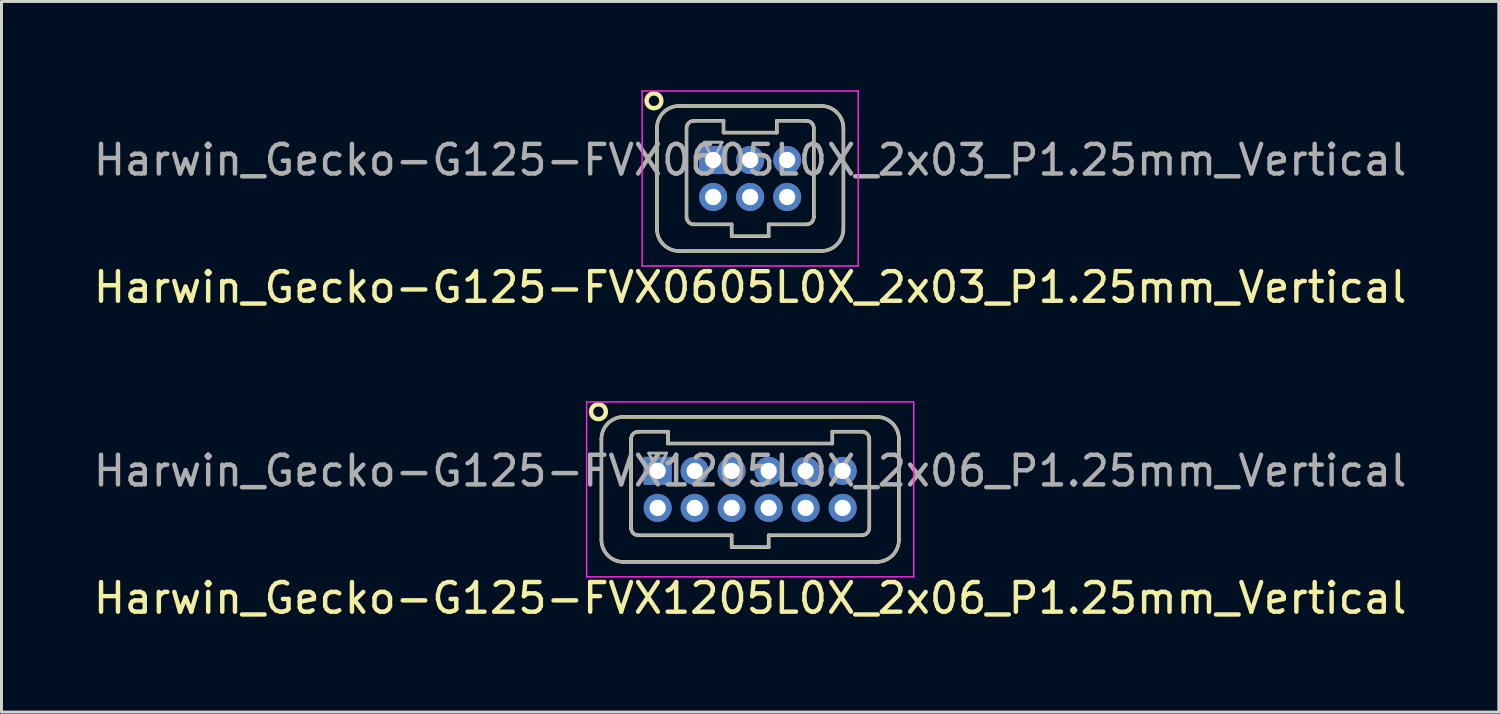
<source format=kicad_pcb>
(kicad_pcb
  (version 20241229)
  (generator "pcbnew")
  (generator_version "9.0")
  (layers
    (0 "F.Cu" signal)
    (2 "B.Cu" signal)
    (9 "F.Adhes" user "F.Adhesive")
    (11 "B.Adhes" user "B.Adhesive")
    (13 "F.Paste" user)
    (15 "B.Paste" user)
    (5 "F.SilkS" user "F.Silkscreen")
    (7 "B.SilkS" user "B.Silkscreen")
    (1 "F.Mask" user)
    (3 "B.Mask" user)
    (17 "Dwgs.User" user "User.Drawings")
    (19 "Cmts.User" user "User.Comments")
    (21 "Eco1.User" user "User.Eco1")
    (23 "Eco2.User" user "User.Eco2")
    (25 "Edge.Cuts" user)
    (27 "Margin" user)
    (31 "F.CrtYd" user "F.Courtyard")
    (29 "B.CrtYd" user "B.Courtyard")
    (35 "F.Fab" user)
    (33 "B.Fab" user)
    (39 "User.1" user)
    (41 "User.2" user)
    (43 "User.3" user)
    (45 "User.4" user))
  (footprint "Harwin_Gecko-G125-FVX1205L0X_2x06_P1.25mm_Vertical"
    (layer "F.Cu")
    (at 19.167 12.858)
    (property "Reference" "Harwin_Gecko-G125-FVX1205L0X_2x06_P1.25mm_Vertical" (at 3.125 4.3 0) (layer "F.SilkS") (effects (font (size 1 1) (thickness 0.15))))
    (attr through_hole)
    (fp_line (start -1.9 -1.075) (end -1.9 2.325) (stroke (width 0.12) (type solid)) (layer "F.SilkS"))
    (fp_line (start -1.15 -1.825) (end 7.4 -1.825) (stroke (width 0.12) (type solid)) (layer "F.SilkS"))
    (fp_line (start -1.15 3.075) (end 7.4 3.075) (stroke (width 0.12) (type solid)) (layer "F.SilkS"))
    (fp_line (start -0.9 -1.075) (end -0.9 1.925) (stroke (width 0.12) (type solid)) (layer "F.SilkS"))
    (fp_line (start -0.65 -1.325) (end 0.35 -1.325) (stroke (width 0.12) (type solid)) (layer "F.SilkS"))
    (fp_line (start -0.65 2.175) (end 2.5 2.175) (stroke (width 0.12) (type solid)) (layer "F.SilkS"))
    (fp_line (start 0.35 -1.325) (end 0.35 -0.925) (stroke (width 0.12) (type solid)) (layer "F.SilkS"))
    (fp_line (start 0.35 -0.925) (end 5.9 -0.925) (stroke (width 0.12) (type solid)) (layer "F.SilkS"))
    (fp_line (start 2.5 2.175) (end 2.5 2.575) (stroke (width 0.12) (type solid)) (layer "F.SilkS"))
    (fp_line (start 2.5 2.575) (end 3.75 2.575) (stroke (width 0.12) (type solid)) (layer "F.SilkS"))
    (fp_line (start 3.75 2.175) (end 6.9 2.175) (stroke (width 0.12) (type solid)) (layer "F.SilkS"))
    (fp_line (start 3.75 2.575) (end 3.75 2.175) (stroke (width 0.12) (type solid)) (layer "F.SilkS"))
    (fp_line (start 5.9 -1.325) (end 6.9 -1.325) (stroke (width 0.12) (type solid)) (layer "F.SilkS"))
    (fp_line (start 5.9 -0.925) (end 5.9 -1.325) (stroke (width 0.12) (type solid)) (layer "F.SilkS"))
    (fp_line (start 7.15 -1.075) (end 7.15 1.925) (stroke (width 0.12) (type solid)) (layer "F.SilkS"))
    (fp_line (start 8.15 -1.075) (end 8.15 2.325) (stroke (width 0.12) (type solid)) (layer "F.SilkS"))
    (fp_arc (start -1.9 -1.075) (mid -1.68033 -1.60533) (end -1.15 -1.825) (stroke (width 0.12) (type solid)) (layer "F.SilkS"))
    (fp_arc (start -1.15 3.075) (mid -1.68033 2.85533) (end -1.9 2.325) (stroke (width 0.12) (type solid)) (layer "F.SilkS"))
    (fp_arc (start -0.9 -1.075) (mid -0.826777 -1.251777) (end -0.65 -1.325) (stroke (width 0.12) (type solid)) (layer "F.SilkS"))
    (fp_arc (start -0.65 2.175) (mid -0.826777 2.101777) (end -0.9 1.925) (stroke (width 0.12) (type solid)) (layer "F.SilkS"))
    (fp_arc (start 6.9 -1.325) (mid 7.076777 -1.251777) (end 7.15 -1.075) (stroke (width 0.12) (type solid)) (layer "F.SilkS"))
    (fp_arc (start 7.15 1.925) (mid 7.076777 2.101777) (end 6.9 2.175) (stroke (width 0.12) (type solid)) (layer "F.SilkS"))
    (fp_arc (start 7.4 -1.825) (mid 7.93033 -1.60533) (end 8.15 -1.075) (stroke (width 0.12) (type solid)) (layer "F.SilkS"))
    (fp_arc (start 8.15 2.325) (mid 7.93033 2.85533) (end 7.4 3.075) (stroke (width 0.12) (type solid)) (layer "F.SilkS"))
    (fp_circle (center -2 -2) (end -1.75 -2) (stroke (width 0.15) (type solid)) (fill no) (layer "F.SilkS"))
    (fp_line (start -2.4 -2.33) (end -2.4 3.58) (stroke (width 0.05) (type solid)) (layer "F.CrtYd"))
    (fp_line (start -2.4 3.58) (end 8.65 3.58) (stroke (width 0.05) (type solid)) (layer "F.CrtYd"))
    (fp_line (start 8.65 -2.33) (end -2.4 -2.33) (stroke (width 0.05) (type solid)) (layer "F.CrtYd"))
    (fp_line (start 8.65 3.58) (end 8.65 -2.33) (stroke (width 0.05) (type solid)) (layer "F.CrtYd"))
    (fp_line (start -1.9 -1.075) (end -1.9 2.325) (stroke (width 0.1) (type solid)) (layer "F.Fab"))
    (fp_line (start -1.15 -1.825) (end 7.4 -1.825) (stroke (width 0.1) (type solid)) (layer "F.Fab"))
    (fp_line (start -1.15 3.075) (end 7.4 3.075) (stroke (width 0.1) (type solid)) (layer "F.Fab"))
    (fp_line (start -0.9 -1.075) (end -0.9 1.925) (stroke (width 0.1) (type solid)) (layer "F.Fab"))
    (fp_line (start -0.65 -1.325) (end 0.35 -1.325) (stroke (width 0.1) (type solid)) (layer "F.Fab"))
    (fp_line (start -0.65 2.175) (end 2.5 2.175) (stroke (width 0.1) (type solid)) (layer "F.Fab"))
    (fp_line (start -0.3 -0.6) (end 0.3 -0.6) (stroke (width 0.1) (type solid)) (layer "F.Fab"))
    (fp_line (start 0 0) (end -0.3 -0.6) (stroke (width 0.1) (type solid)) (layer "F.Fab"))
    (fp_line (start 0.3 -0.6) (end 0 0) (stroke (width 0.1) (type solid)) (layer "F.Fab"))
    (fp_line (start 0.35 -1.325) (end 0.35 -0.925) (stroke (width 0.1) (type solid)) (layer "F.Fab"))
    (fp_line (start 0.35 -0.925) (end 5.9 -0.925) (stroke (width 0.1) (type solid)) (layer "F.Fab"))
    (fp_line (start 2.5 2.175) (end 2.5 2.575) (stroke (width 0.1) (type solid)) (layer "F.Fab"))
    (fp_line (start 2.5 2.575) (end 3.75 2.575) (stroke (width 0.1) (type solid)) (layer "F.Fab"))
    (fp_line (start 3.75 2.175) (end 6.9 2.175) (stroke (width 0.1) (type solid)) (layer "F.Fab"))
    (fp_line (start 3.75 2.575) (end 3.75 2.175) (stroke (width 0.1) (type solid)) (layer "F.Fab"))
    (fp_line (start 5.9 -1.325) (end 6.9 -1.325) (stroke (width 0.1) (type solid)) (layer "F.Fab"))
    (fp_line (start 5.9 -0.925) (end 5.9 -1.325) (stroke (width 0.1) (type solid)) (layer "F.Fab"))
    (fp_line (start 7.15 -1.075) (end 7.15 1.925) (stroke (width 0.1) (type solid)) (layer "F.Fab"))
    (fp_line (start 8.15 -1.075) (end 8.15 2.325) (stroke (width 0.1) (type solid)) (layer "F.Fab"))
    (fp_arc (start -1.9 -1.075) (mid -1.68033 -1.60533) (end -1.15 -1.825) (stroke (width 0.1) (type solid)) (layer "F.Fab"))
    (fp_arc (start -1.15 3.075) (mid -1.68033 2.85533) (end -1.9 2.325) (stroke (width 0.1) (type solid)) (layer "F.Fab"))
    (fp_arc (start -0.9 -1.075) (mid -0.826777 -1.251777) (end -0.65 -1.325) (stroke (width 0.1) (type solid)) (layer "F.Fab"))
    (fp_arc (start -0.65 2.175) (mid -0.826777 2.101777) (end -0.9 1.925) (stroke (width 0.1) (type solid)) (layer "F.Fab"))
    (fp_arc (start 6.9 -1.325) (mid 7.076777 -1.251777) (end 7.15 -1.075) (stroke (width 0.1) (type solid)) (layer "F.Fab"))
    (fp_arc (start 7.15 1.925) (mid 7.076777 2.101777) (end 6.9 2.175) (stroke (width 0.1) (type solid)) (layer "F.Fab"))
    (fp_arc (start 7.4 -1.825) (mid 7.93033 -1.60533) (end 8.15 -1.075) (stroke (width 0.1) (type solid)) (layer "F.Fab"))
    (fp_arc (start 8.15 2.325) (mid 7.93033 2.85533) (end 7.4 3.075) (stroke (width 0.1) (type solid)) (layer "F.Fab"))
    (fp_text user "${REFERENCE}" (at 3.125 0 0) (layer "F.Fab") (effects (font (size 1 1) (thickness 0.15))))
    (pad "1" thru_hole rect (at 0 0) (size 0.95 0.95) (drill 0.55) (layers "*.Cu" "*.Mask"))
    (pad "2" thru_hole circle (at 0 1.25) (size 0.95 0.95) (drill 0.55) (layers "*.Cu" "*.Mask"))
    (pad "3" thru_hole circle (at 1.25 0) (size 0.95 0.95) (drill 0.55) (layers "*.Cu" "*.Mask"))
    (pad "4" thru_hole circle (at 1.25 1.25) (size 0.95 0.95) (drill 0.55) (layers "*.Cu" "*.Mask"))
    (pad "5" thru_hole circle (at 2.5 0) (size 0.95 0.95) (drill 0.55) (layers "*.Cu" "*.Mask"))
    (pad "6" thru_hole circle (at 2.5 1.25) (size 0.95 0.95) (drill 0.55) (layers "*.Cu" "*.Mask"))
    (pad "7" thru_hole circle (at 3.75 0) (size 0.95 0.95) (drill 0.55) (layers "*.Cu" "*.Mask"))
    (pad "8" thru_hole circle (at 3.75 1.25) (size 0.95 0.95) (drill 0.55) (layers "*.Cu" "*.Mask"))
    (pad "9" thru_hole circle (at 5 0) (size 0.95 0.95) (drill 0.55) (layers "*.Cu" "*.Mask"))
    (pad "10" thru_hole circle (at 5 1.25) (size 0.95 0.95) (drill 0.55) (layers "*.Cu" "*.Mask"))
    (pad "11" thru_hole circle (at 6.25 0) (size 0.95 0.95) (drill 0.55) (layers "*.Cu" "*.Mask"))
    (pad "12" thru_hole circle (at 6.25 1.25) (size 0.95 0.95) (drill 0.55) (layers "*.Cu" "*.Mask")))
  (footprint "Harwin_Gecko-G125-FVX0605L0X_2x03_P1.25mm_Vertical"
    (layer "F.Cu")
    (at 21.042 2.355)
    (property "Reference" "Harwin_Gecko-G125-FVX0605L0X_2x03_P1.25mm_Vertical" (at 1.25 4.3 0) (layer "F.SilkS") (effects (font (size 1 1) (thickness 0.15))))
    (attr through_hole)
    (fp_line (start -1.9 -1.075) (end -1.9 2.325) (stroke (width 0.12) (type solid)) (layer "F.SilkS"))
    (fp_line (start -1.15 -1.825) (end 3.65 -1.825) (stroke (width 0.12) (type solid)) (layer "F.SilkS"))
    (fp_line (start -1.15 3.075) (end 3.65 3.075) (stroke (width 0.12) (type solid)) (layer "F.SilkS"))
    (fp_line (start -0.9 -1.075) (end -0.9 1.925) (stroke (width 0.12) (type solid)) (layer "F.SilkS"))
    (fp_line (start -0.65 -1.325) (end 0.35 -1.325) (stroke (width 0.12) (type solid)) (layer "F.SilkS"))
    (fp_line (start -0.65 2.175) (end 0.625 2.175) (stroke (width 0.12) (type solid)) (layer "F.SilkS"))
    (fp_line (start 0.35 -1.325) (end 0.35 -0.925) (stroke (width 0.12) (type solid)) (layer "F.SilkS"))
    (fp_line (start 0.35 -0.925) (end 2.15 -0.925) (stroke (width 0.12) (type solid)) (layer "F.SilkS"))
    (fp_line (start 0.625 2.175) (end 0.625 2.575) (stroke (width 0.12) (type solid)) (layer "F.SilkS"))
    (fp_line (start 0.625 2.575) (end 1.875 2.575) (stroke (width 0.12) (type solid)) (layer "F.SilkS"))
    (fp_line (start 1.875 2.175) (end 3.15 2.175) (stroke (width 0.12) (type solid)) (layer "F.SilkS"))
    (fp_line (start 1.875 2.575) (end 1.875 2.175) (stroke (width 0.12) (type solid)) (layer "F.SilkS"))
    (fp_line (start 2.15 -1.325) (end 3.15 -1.325) (stroke (width 0.12) (type solid)) (layer "F.SilkS"))
    (fp_line (start 2.15 -0.925) (end 2.15 -1.325) (stroke (width 0.12) (type solid)) (layer "F.SilkS"))
    (fp_line (start 3.4 -1.075) (end 3.4 1.925) (stroke (width 0.12) (type solid)) (layer "F.SilkS"))
    (fp_line (start 4.4 -1.075) (end 4.4 2.325) (stroke (width 0.12) (type solid)) (layer "F.SilkS"))
    (fp_arc (start -1.9 -1.075) (mid -1.68033 -1.60533) (end -1.15 -1.825) (stroke (width 0.12) (type solid)) (layer "F.SilkS"))
    (fp_arc (start -1.15 3.075) (mid -1.68033 2.85533) (end -1.9 2.325) (stroke (width 0.12) (type solid)) (layer "F.SilkS"))
    (fp_arc (start -0.9 -1.075) (mid -0.826777 -1.251777) (end -0.65 -1.325) (stroke (width 0.12) (type solid)) (layer "F.SilkS"))
    (fp_arc (start -0.65 2.175) (mid -0.826777 2.101777) (end -0.9 1.925) (stroke (width 0.12) (type solid)) (layer "F.SilkS"))
    (fp_arc (start 3.15 -1.325) (mid 3.326777 -1.251777) (end 3.4 -1.075) (stroke (width 0.12) (type solid)) (layer "F.SilkS"))
    (fp_arc (start 3.4 1.925) (mid 3.326777 2.101777) (end 3.15 2.175) (stroke (width 0.12) (type solid)) (layer "F.SilkS"))
    (fp_arc (start 3.65 -1.825) (mid 4.18033 -1.60533) (end 4.4 -1.075) (stroke (width 0.12) (type solid)) (layer "F.SilkS"))
    (fp_arc (start 4.4 2.325) (mid 4.18033 2.85533) (end 3.65 3.075) (stroke (width 0.12) (type solid)) (layer "F.SilkS"))
    (fp_circle (center -2 -2) (end -1.75 -2) (stroke (width 0.15) (type solid)) (fill no) (layer "F.SilkS"))
    (fp_line (start -2.4 -2.33) (end -2.4 3.58) (stroke (width 0.05) (type solid)) (layer "F.CrtYd"))
    (fp_line (start -2.4 3.58) (end 4.9 3.58) (stroke (width 0.05) (type solid)) (layer "F.CrtYd"))
    (fp_line (start 4.9 -2.33) (end -2.4 -2.33) (stroke (width 0.05) (type solid)) (layer "F.CrtYd"))
    (fp_line (start 4.9 3.58) (end 4.9 -2.33) (stroke (width 0.05) (type solid)) (layer "F.CrtYd"))
    (fp_line (start -1.9 -1.075) (end -1.9 2.325) (stroke (width 0.1) (type solid)) (layer "F.Fab"))
    (fp_line (start -1.15 -1.825) (end 3.65 -1.825) (stroke (width 0.1) (type solid)) (layer "F.Fab"))
    (fp_line (start -1.15 3.075) (end 3.65 3.075) (stroke (width 0.1) (type solid)) (layer "F.Fab"))
    (fp_line (start -0.9 -1.075) (end -0.9 1.925) (stroke (width 0.1) (type solid)) (layer "F.Fab"))
    (fp_line (start -0.65 -1.325) (end 0.35 -1.325) (stroke (width 0.1) (type solid)) (layer "F.Fab"))
    (fp_line (start -0.65 2.175) (end 0.625 2.175) (stroke (width 0.1) (type solid)) (layer "F.Fab"))
    (fp_line (start -0.3 -0.6) (end 0.3 -0.6) (stroke (width 0.1) (type solid)) (layer "F.Fab"))
    (fp_line (start 0 0) (end -0.3 -0.6) (stroke (width 0.1) (type solid)) (layer "F.Fab"))
    (fp_line (start 0.3 -0.6) (end 0 0) (stroke (width 0.1) (type solid)) (layer "F.Fab"))
    (fp_line (start 0.35 -1.325) (end 0.35 -0.925) (stroke (width 0.1) (type solid)) (layer "F.Fab"))
    (fp_line (start 0.35 -0.925) (end 2.15 -0.925) (stroke (width 0.1) (type solid)) (layer "F.Fab"))
    (fp_line (start 0.625 2.175) (end 0.625 2.575) (stroke (width 0.1) (type solid)) (layer "F.Fab"))
    (fp_line (start 0.625 2.575) (end 1.875 2.575) (stroke (width 0.1) (type solid)) (layer "F.Fab"))
    (fp_line (start 1.875 2.175) (end 3.15 2.175) (stroke (width 0.1) (type solid)) (layer "F.Fab"))
    (fp_line (start 1.875 2.575) (end 1.875 2.175) (stroke (width 0.1) (type solid)) (layer "F.Fab"))
    (fp_line (start 2.15 -1.325) (end 3.15 -1.325) (stroke (width 0.1) (type solid)) (layer "F.Fab"))
    (fp_line (start 2.15 -0.925) (end 2.15 -1.325) (stroke (width 0.1) (type solid)) (layer "F.Fab"))
    (fp_line (start 3.4 -1.075) (end 3.4 1.925) (stroke (width 0.1) (type solid)) (layer "F.Fab"))
    (fp_line (start 4.4 -1.075) (end 4.4 2.325) (stroke (width 0.1) (type solid)) (layer "F.Fab"))
    (fp_arc (start -1.9 -1.075) (mid -1.68033 -1.60533) (end -1.15 -1.825) (stroke (width 0.1) (type solid)) (layer "F.Fab"))
    (fp_arc (start -1.15 3.075) (mid -1.68033 2.85533) (end -1.9 2.325) (stroke (width 0.1) (type solid)) (layer "F.Fab"))
    (fp_arc (start -0.9 -1.075) (mid -0.826777 -1.251777) (end -0.65 -1.325) (stroke (width 0.1) (type solid)) (layer "F.Fab"))
    (fp_arc (start -0.65 2.175) (mid -0.826777 2.101777) (end -0.9 1.925) (stroke (width 0.1) (type solid)) (layer "F.Fab"))
    (fp_arc (start 3.15 -1.325) (mid 3.326777 -1.251777) (end 3.4 -1.075) (stroke (width 0.1) (type solid)) (layer "F.Fab"))
    (fp_arc (start 3.4 1.925) (mid 3.326777 2.101777) (end 3.15 2.175) (stroke (width 0.1) (type solid)) (layer "F.Fab"))
    (fp_arc (start 3.65 -1.825) (mid 4.18033 -1.60533) (end 4.4 -1.075) (stroke (width 0.1) (type solid)) (layer "F.Fab"))
    (fp_arc (start 4.4 2.325) (mid 4.18033 2.85533) (end 3.65 3.075) (stroke (width 0.1) (type solid)) (layer "F.Fab"))
    (fp_text user "${REFERENCE}" (at 1.25 0 0) (layer "F.Fab") (effects (font (size 1 1) (thickness 0.15))))
    (pad "1" thru_hole rect (at 0 0) (size 0.95 0.95) (drill 0.55) (layers "*.Cu" "*.Mask"))
    (pad "2" thru_hole circle (at 0 1.25) (size 0.95 0.95) (drill 0.55) (layers "*.Cu" "*.Mask"))
    (pad "3" thru_hole circle (at 1.25 0) (size 0.95 0.95) (drill 0.55) (layers "*.Cu" "*.Mask"))
    (pad "4" thru_hole circle (at 1.25 1.25) (size 0.95 0.95) (drill 0.55) (layers "*.Cu" "*.Mask"))
    (pad "5" thru_hole circle (at 2.5 0) (size 0.95 0.95) (drill 0.55) (layers "*.Cu" "*.Mask"))
    (pad "6" thru_hole circle (at 2.5 1.25) (size 0.95 0.95) (drill 0.55) (layers "*.Cu" "*.Mask")))
  (gr_rect
    (start -3 -3)
    (end 47.583 21.006)
    (stroke (width 0.1) (type default))
    (fill no)
    (layer "Edge.Cuts")))
</source>
